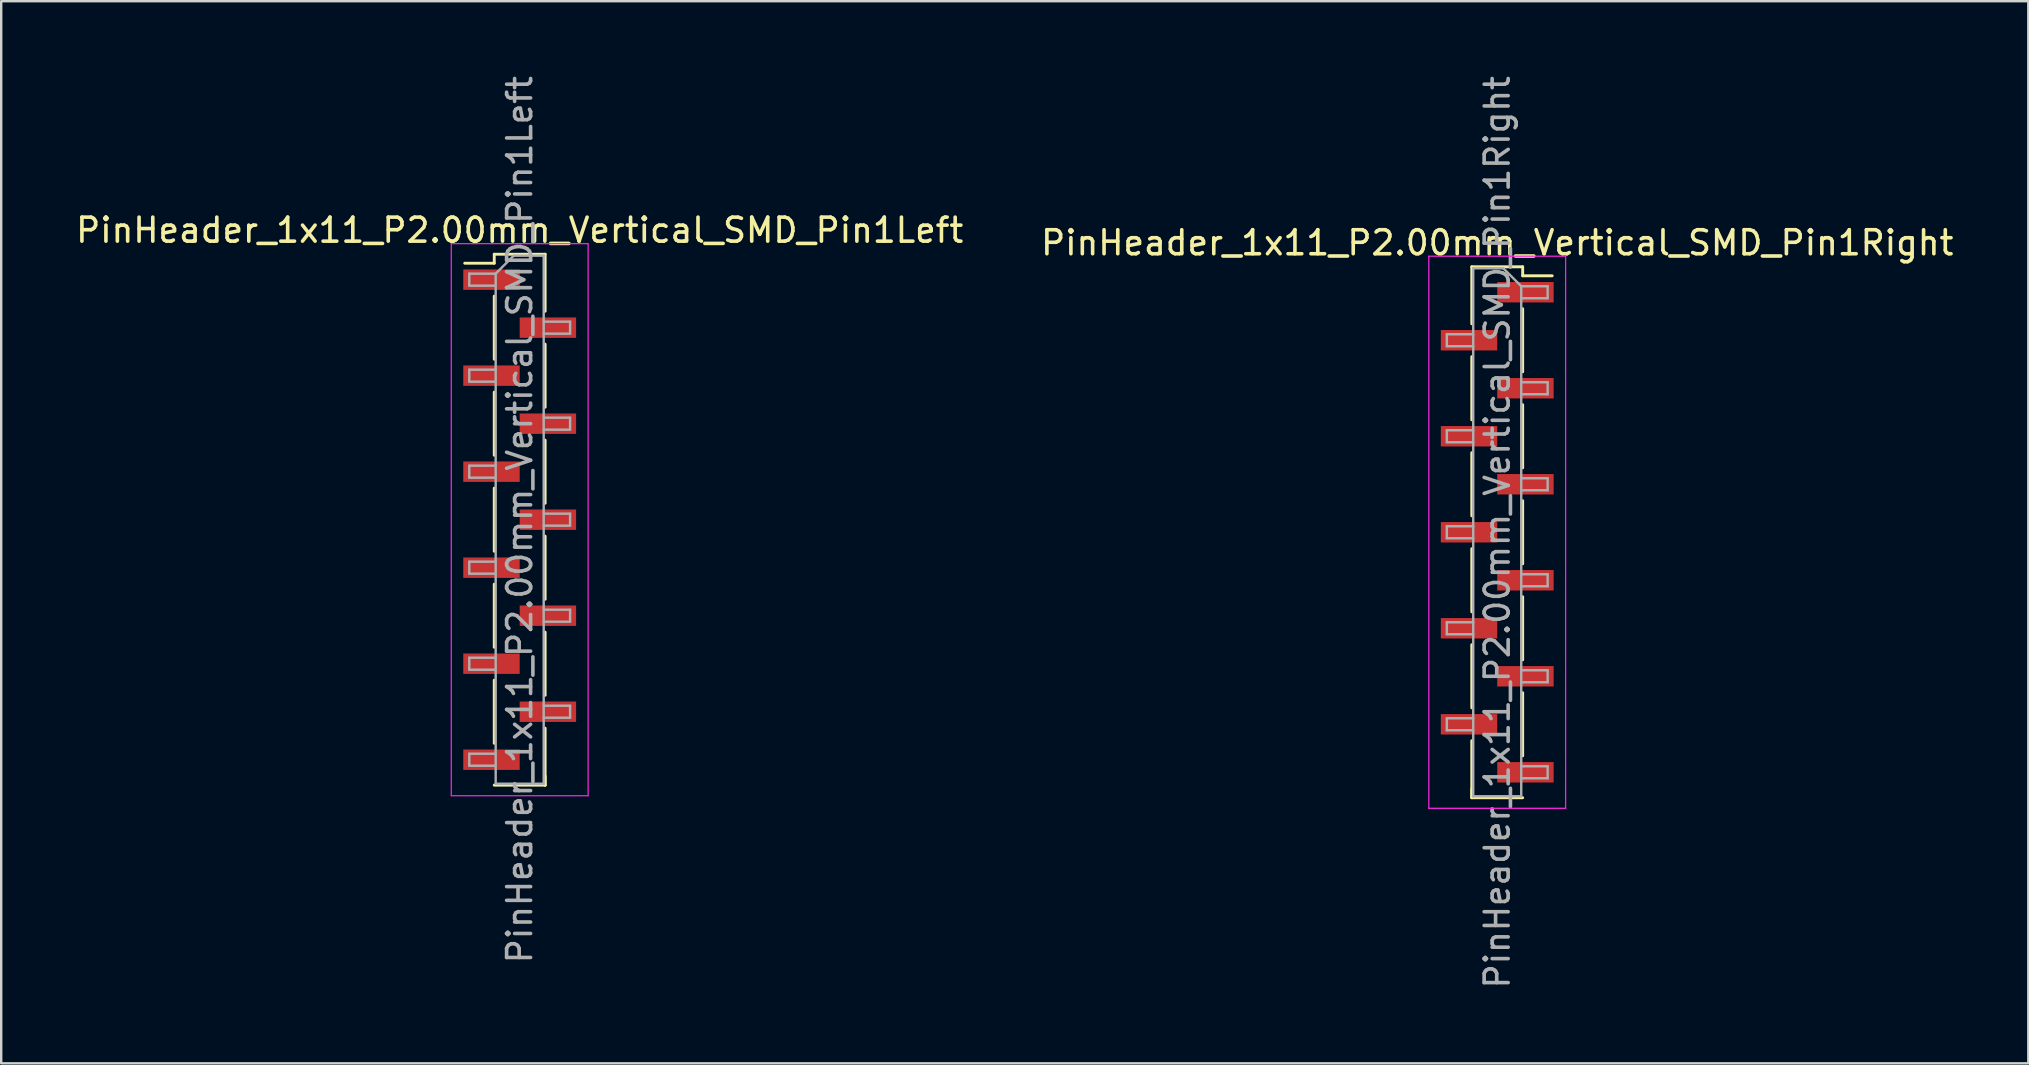
<source format=kicad_pcb>
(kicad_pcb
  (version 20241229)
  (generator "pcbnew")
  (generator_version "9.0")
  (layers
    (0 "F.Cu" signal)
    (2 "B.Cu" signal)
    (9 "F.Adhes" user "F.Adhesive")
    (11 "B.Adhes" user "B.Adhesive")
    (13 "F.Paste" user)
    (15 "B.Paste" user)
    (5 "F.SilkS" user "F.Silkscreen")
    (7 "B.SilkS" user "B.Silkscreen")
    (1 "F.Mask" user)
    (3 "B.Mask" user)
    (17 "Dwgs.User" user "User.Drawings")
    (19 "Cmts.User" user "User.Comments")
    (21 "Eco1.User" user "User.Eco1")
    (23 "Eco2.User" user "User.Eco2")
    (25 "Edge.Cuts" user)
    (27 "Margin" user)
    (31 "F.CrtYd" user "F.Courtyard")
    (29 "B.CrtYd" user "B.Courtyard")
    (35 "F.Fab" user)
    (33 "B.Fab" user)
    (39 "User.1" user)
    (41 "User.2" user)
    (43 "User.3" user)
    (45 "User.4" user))
  (footprint "PinHeader_1x11_P2.00mm_Vertical_SMD_Pin1Left"
    (layer "F.Cu")
    (at 18.601 18.601)
    (property "Reference" "PinHeader_1x11_P2.00mm_Vertical_SMD_Pin1Left" (at 0 -12.06 0) (layer "F.SilkS") (effects (font (size 1 1) (thickness 0.15))))
    (attr smd)
    (fp_line (start -1.06 -11.06) (end -1.06 -10.685) (stroke (width 0.12) (type solid)) (layer "F.SilkS"))
    (fp_line (start -1.06 -11.06) (end 1.06 -11.06) (stroke (width 0.12) (type solid)) (layer "F.SilkS"))
    (fp_line (start -1.06 -10.685) (end -2.29 -10.685) (stroke (width 0.12) (type solid)) (layer "F.SilkS"))
    (fp_line (start -1.06 -9.315) (end -1.06 -6.685) (stroke (width 0.12) (type solid)) (layer "F.SilkS"))
    (fp_line (start -1.06 -5.315) (end -1.06 -2.685) (stroke (width 0.12) (type solid)) (layer "F.SilkS"))
    (fp_line (start -1.06 -1.315) (end -1.06 1.315) (stroke (width 0.12) (type solid)) (layer "F.SilkS"))
    (fp_line (start -1.06 2.685) (end -1.06 5.315) (stroke (width 0.12) (type solid)) (layer "F.SilkS"))
    (fp_line (start -1.06 6.685) (end -1.06 9.315) (stroke (width 0.12) (type solid)) (layer "F.SilkS"))
    (fp_line (start -1.06 11.06) (end 1.06 11.06) (stroke (width 0.12) (type solid)) (layer "F.SilkS"))
    (fp_line (start 1.06 -11.06) (end 1.06 -8.685) (stroke (width 0.12) (type solid)) (layer "F.SilkS"))
    (fp_line (start 1.06 -7.315) (end 1.06 -4.685) (stroke (width 0.12) (type solid)) (layer "F.SilkS"))
    (fp_line (start 1.06 -3.315) (end 1.06 -0.685) (stroke (width 0.12) (type solid)) (layer "F.SilkS"))
    (fp_line (start 1.06 0.685) (end 1.06 3.315) (stroke (width 0.12) (type solid)) (layer "F.SilkS"))
    (fp_line (start 1.06 4.685) (end 1.06 7.315) (stroke (width 0.12) (type solid)) (layer "F.SilkS"))
    (fp_line (start 1.06 8.685) (end 1.06 11.06) (stroke (width 0.12) (type solid)) (layer "F.SilkS"))
    (fp_line (start 1.06 10.685) (end 1.06 11.06) (stroke (width 0.12) (type solid)) (layer "F.SilkS"))
    (fp_line (start -2.85 -11.5) (end -2.85 11.5) (stroke (width 0.05) (type solid)) (layer "F.CrtYd"))
    (fp_line (start -2.85 11.5) (end 2.85 11.5) (stroke (width 0.05) (type solid)) (layer "F.CrtYd"))
    (fp_line (start 2.85 -11.5) (end -2.85 -11.5) (stroke (width 0.05) (type solid)) (layer "F.CrtYd"))
    (fp_line (start 2.85 11.5) (end 2.85 -11.5) (stroke (width 0.05) (type solid)) (layer "F.CrtYd"))
    (fp_line (start -2.1 -10.25) (end -2.1 -9.75) (stroke (width 0.1) (type solid)) (layer "F.Fab"))
    (fp_line (start -2.1 -9.75) (end -1 -9.75) (stroke (width 0.1) (type solid)) (layer "F.Fab"))
    (fp_line (start -2.1 -6.25) (end -2.1 -5.75) (stroke (width 0.1) (type solid)) (layer "F.Fab"))
    (fp_line (start -2.1 -5.75) (end -1 -5.75) (stroke (width 0.1) (type solid)) (layer "F.Fab"))
    (fp_line (start -2.1 -2.25) (end -2.1 -1.75) (stroke (width 0.1) (type solid)) (layer "F.Fab"))
    (fp_line (start -2.1 -1.75) (end -1 -1.75) (stroke (width 0.1) (type solid)) (layer "F.Fab"))
    (fp_line (start -2.1 1.75) (end -2.1 2.25) (stroke (width 0.1) (type solid)) (layer "F.Fab"))
    (fp_line (start -2.1 2.25) (end -1 2.25) (stroke (width 0.1) (type solid)) (layer "F.Fab"))
    (fp_line (start -2.1 5.75) (end -2.1 6.25) (stroke (width 0.1) (type solid)) (layer "F.Fab"))
    (fp_line (start -2.1 6.25) (end -1 6.25) (stroke (width 0.1) (type solid)) (layer "F.Fab"))
    (fp_line (start -2.1 9.75) (end -2.1 10.25) (stroke (width 0.1) (type solid)) (layer "F.Fab"))
    (fp_line (start -2.1 10.25) (end -1 10.25) (stroke (width 0.1) (type solid)) (layer "F.Fab"))
    (fp_line (start -1 -10.25) (end -2.1 -10.25) (stroke (width 0.1) (type solid)) (layer "F.Fab"))
    (fp_line (start -1 -10.25) (end -0.25 -11) (stroke (width 0.1) (type solid)) (layer "F.Fab"))
    (fp_line (start -1 -6.25) (end -2.1 -6.25) (stroke (width 0.1) (type solid)) (layer "F.Fab"))
    (fp_line (start -1 -2.25) (end -2.1 -2.25) (stroke (width 0.1) (type solid)) (layer "F.Fab"))
    (fp_line (start -1 1.75) (end -2.1 1.75) (stroke (width 0.1) (type solid)) (layer "F.Fab"))
    (fp_line (start -1 5.75) (end -2.1 5.75) (stroke (width 0.1) (type solid)) (layer "F.Fab"))
    (fp_line (start -1 9.75) (end -2.1 9.75) (stroke (width 0.1) (type solid)) (layer "F.Fab"))
    (fp_line (start -1 11) (end -1 -10.25) (stroke (width 0.1) (type solid)) (layer "F.Fab"))
    (fp_line (start -0.25 -11) (end 1 -11) (stroke (width 0.1) (type solid)) (layer "F.Fab"))
    (fp_line (start 1 -11) (end 1 11) (stroke (width 0.1) (type solid)) (layer "F.Fab"))
    (fp_line (start 1 -8.25) (end 2.1 -8.25) (stroke (width 0.1) (type solid)) (layer "F.Fab"))
    (fp_line (start 1 -4.25) (end 2.1 -4.25) (stroke (width 0.1) (type solid)) (layer "F.Fab"))
    (fp_line (start 1 -0.25) (end 2.1 -0.25) (stroke (width 0.1) (type solid)) (layer "F.Fab"))
    (fp_line (start 1 3.75) (end 2.1 3.75) (stroke (width 0.1) (type solid)) (layer "F.Fab"))
    (fp_line (start 1 7.75) (end 2.1 7.75) (stroke (width 0.1) (type solid)) (layer "F.Fab"))
    (fp_line (start 1 11) (end -1 11) (stroke (width 0.1) (type solid)) (layer "F.Fab"))
    (fp_line (start 2.1 -8.25) (end 2.1 -7.75) (stroke (width 0.1) (type solid)) (layer "F.Fab"))
    (fp_line (start 2.1 -7.75) (end 1 -7.75) (stroke (width 0.1) (type solid)) (layer "F.Fab"))
    (fp_line (start 2.1 -4.25) (end 2.1 -3.75) (stroke (width 0.1) (type solid)) (layer "F.Fab"))
    (fp_line (start 2.1 -3.75) (end 1 -3.75) (stroke (width 0.1) (type solid)) (layer "F.Fab"))
    (fp_line (start 2.1 -0.25) (end 2.1 0.25) (stroke (width 0.1) (type solid)) (layer "F.Fab"))
    (fp_line (start 2.1 0.25) (end 1 0.25) (stroke (width 0.1) (type solid)) (layer "F.Fab"))
    (fp_line (start 2.1 3.75) (end 2.1 4.25) (stroke (width 0.1) (type solid)) (layer "F.Fab"))
    (fp_line (start 2.1 4.25) (end 1 4.25) (stroke (width 0.1) (type solid)) (layer "F.Fab"))
    (fp_line (start 2.1 7.75) (end 2.1 8.25) (stroke (width 0.1) (type solid)) (layer "F.Fab"))
    (fp_line (start 2.1 8.25) (end 1 8.25) (stroke (width 0.1) (type solid)) (layer "F.Fab"))
    (fp_text user "${REFERENCE}" (at 0 0 90) (layer "F.Fab") (effects (font (size 1 1) (thickness 0.15))))
    (pad "1" smd rect (at -1.175 -10) (size 2.35 0.85) (layers "F.Cu" "F.Mask" "F.Paste"))
    (pad "2" smd rect (at 1.175 -8) (size 2.35 0.85) (layers "F.Cu" "F.Mask" "F.Paste"))
    (pad "3" smd rect (at -1.175 -6) (size 2.35 0.85) (layers "F.Cu" "F.Mask" "F.Paste"))
    (pad "4" smd rect (at 1.175 -4) (size 2.35 0.85) (layers "F.Cu" "F.Mask" "F.Paste"))
    (pad "5" smd rect (at -1.175 -2) (size 2.35 0.85) (layers "F.Cu" "F.Mask" "F.Paste"))
    (pad "6" smd rect (at 1.175 0) (size 2.35 0.85) (layers "F.Cu" "F.Mask" "F.Paste"))
    (pad "7" smd rect (at -1.175 2) (size 2.35 0.85) (layers "F.Cu" "F.Mask" "F.Paste"))
    (pad "8" smd rect (at 1.175 4) (size 2.35 0.85) (layers "F.Cu" "F.Mask" "F.Paste"))
    (pad "9" smd rect (at -1.175 6) (size 2.35 0.85) (layers "F.Cu" "F.Mask" "F.Paste"))
    (pad "10" smd rect (at 1.175 8) (size 2.35 0.85) (layers "F.Cu" "F.Mask" "F.Paste"))
    (pad "11" smd rect (at -1.175 10) (size 2.35 0.85) (layers "F.Cu" "F.Mask" "F.Paste")))
  (footprint "PinHeader_1x11_P2.00mm_Vertical_SMD_Pin1Right"
    (layer "F.Cu")
    (at 59.327 19.125)
    (property "Reference" "PinHeader_1x11_P2.00mm_Vertical_SMD_Pin1Right" (at 0 -12.06 0) (layer "F.SilkS") (effects (font (size 1 1) (thickness 0.15))))
    (attr smd)
    (fp_line (start -1.06 -11.06) (end -1.06 -8.685) (stroke (width 0.12) (type solid)) (layer "F.SilkS"))
    (fp_line (start -1.06 -11.06) (end 1.06 -11.06) (stroke (width 0.12) (type solid)) (layer "F.SilkS"))
    (fp_line (start -1.06 -7.315) (end -1.06 -4.685) (stroke (width 0.12) (type solid)) (layer "F.SilkS"))
    (fp_line (start -1.06 -3.315) (end -1.06 -0.685) (stroke (width 0.12) (type solid)) (layer "F.SilkS"))
    (fp_line (start -1.06 0.685) (end -1.06 3.315) (stroke (width 0.12) (type solid)) (layer "F.SilkS"))
    (fp_line (start -1.06 4.685) (end -1.06 7.315) (stroke (width 0.12) (type solid)) (layer "F.SilkS"))
    (fp_line (start -1.06 8.685) (end -1.06 11.06) (stroke (width 0.12) (type solid)) (layer "F.SilkS"))
    (fp_line (start -1.06 10.685) (end -1.06 11.06) (stroke (width 0.12) (type solid)) (layer "F.SilkS"))
    (fp_line (start -1.06 11.06) (end 1.06 11.06) (stroke (width 0.12) (type solid)) (layer "F.SilkS"))
    (fp_line (start 1.06 -11.06) (end 1.06 -10.685) (stroke (width 0.12) (type solid)) (layer "F.SilkS"))
    (fp_line (start 1.06 -10.685) (end 2.29 -10.685) (stroke (width 0.12) (type solid)) (layer "F.SilkS"))
    (fp_line (start 1.06 -9.315) (end 1.06 -6.685) (stroke (width 0.12) (type solid)) (layer "F.SilkS"))
    (fp_line (start 1.06 -5.315) (end 1.06 -2.685) (stroke (width 0.12) (type solid)) (layer "F.SilkS"))
    (fp_line (start 1.06 -1.315) (end 1.06 1.315) (stroke (width 0.12) (type solid)) (layer "F.SilkS"))
    (fp_line (start 1.06 2.685) (end 1.06 5.315) (stroke (width 0.12) (type solid)) (layer "F.SilkS"))
    (fp_line (start 1.06 6.685) (end 1.06 9.315) (stroke (width 0.12) (type solid)) (layer "F.SilkS"))
    (fp_line (start -2.85 -11.5) (end -2.85 11.5) (stroke (width 0.05) (type solid)) (layer "F.CrtYd"))
    (fp_line (start -2.85 11.5) (end 2.85 11.5) (stroke (width 0.05) (type solid)) (layer "F.CrtYd"))
    (fp_line (start 2.85 -11.5) (end -2.85 -11.5) (stroke (width 0.05) (type solid)) (layer "F.CrtYd"))
    (fp_line (start 2.85 11.5) (end 2.85 -11.5) (stroke (width 0.05) (type solid)) (layer "F.CrtYd"))
    (fp_line (start -2.1 -8.25) (end -2.1 -7.75) (stroke (width 0.1) (type solid)) (layer "F.Fab"))
    (fp_line (start -2.1 -7.75) (end -1 -7.75) (stroke (width 0.1) (type solid)) (layer "F.Fab"))
    (fp_line (start -2.1 -4.25) (end -2.1 -3.75) (stroke (width 0.1) (type solid)) (layer "F.Fab"))
    (fp_line (start -2.1 -3.75) (end -1 -3.75) (stroke (width 0.1) (type solid)) (layer "F.Fab"))
    (fp_line (start -2.1 -0.25) (end -2.1 0.25) (stroke (width 0.1) (type solid)) (layer "F.Fab"))
    (fp_line (start -2.1 0.25) (end -1 0.25) (stroke (width 0.1) (type solid)) (layer "F.Fab"))
    (fp_line (start -2.1 3.75) (end -2.1 4.25) (stroke (width 0.1) (type solid)) (layer "F.Fab"))
    (fp_line (start -2.1 4.25) (end -1 4.25) (stroke (width 0.1) (type solid)) (layer "F.Fab"))
    (fp_line (start -2.1 7.75) (end -2.1 8.25) (stroke (width 0.1) (type solid)) (layer "F.Fab"))
    (fp_line (start -2.1 8.25) (end -1 8.25) (stroke (width 0.1) (type solid)) (layer "F.Fab"))
    (fp_line (start -1 -11) (end -1 11) (stroke (width 0.1) (type solid)) (layer "F.Fab"))
    (fp_line (start -1 -11) (end 0.25 -11) (stroke (width 0.1) (type solid)) (layer "F.Fab"))
    (fp_line (start -1 -8.25) (end -2.1 -8.25) (stroke (width 0.1) (type solid)) (layer "F.Fab"))
    (fp_line (start -1 -4.25) (end -2.1 -4.25) (stroke (width 0.1) (type solid)) (layer "F.Fab"))
    (fp_line (start -1 -0.25) (end -2.1 -0.25) (stroke (width 0.1) (type solid)) (layer "F.Fab"))
    (fp_line (start -1 3.75) (end -2.1 3.75) (stroke (width 0.1) (type solid)) (layer "F.Fab"))
    (fp_line (start -1 7.75) (end -2.1 7.75) (stroke (width 0.1) (type solid)) (layer "F.Fab"))
    (fp_line (start 1 -10.25) (end 0.25 -11) (stroke (width 0.1) (type solid)) (layer "F.Fab"))
    (fp_line (start 1 -10.25) (end 2.1 -10.25) (stroke (width 0.1) (type solid)) (layer "F.Fab"))
    (fp_line (start 1 -6.25) (end 2.1 -6.25) (stroke (width 0.1) (type solid)) (layer "F.Fab"))
    (fp_line (start 1 -2.25) (end 2.1 -2.25) (stroke (width 0.1) (type solid)) (layer "F.Fab"))
    (fp_line (start 1 1.75) (end 2.1 1.75) (stroke (width 0.1) (type solid)) (layer "F.Fab"))
    (fp_line (start 1 5.75) (end 2.1 5.75) (stroke (width 0.1) (type solid)) (layer "F.Fab"))
    (fp_line (start 1 9.75) (end 2.1 9.75) (stroke (width 0.1) (type solid)) (layer "F.Fab"))
    (fp_line (start 1 11) (end -1 11) (stroke (width 0.1) (type solid)) (layer "F.Fab"))
    (fp_line (start 1 11) (end 1 -10.25) (stroke (width 0.1) (type solid)) (layer "F.Fab"))
    (fp_line (start 2.1 -10.25) (end 2.1 -9.75) (stroke (width 0.1) (type solid)) (layer "F.Fab"))
    (fp_line (start 2.1 -9.75) (end 1 -9.75) (stroke (width 0.1) (type solid)) (layer "F.Fab"))
    (fp_line (start 2.1 -6.25) (end 2.1 -5.75) (stroke (width 0.1) (type solid)) (layer "F.Fab"))
    (fp_line (start 2.1 -5.75) (end 1 -5.75) (stroke (width 0.1) (type solid)) (layer "F.Fab"))
    (fp_line (start 2.1 -2.25) (end 2.1 -1.75) (stroke (width 0.1) (type solid)) (layer "F.Fab"))
    (fp_line (start 2.1 -1.75) (end 1 -1.75) (stroke (width 0.1) (type solid)) (layer "F.Fab"))
    (fp_line (start 2.1 1.75) (end 2.1 2.25) (stroke (width 0.1) (type solid)) (layer "F.Fab"))
    (fp_line (start 2.1 2.25) (end 1 2.25) (stroke (width 0.1) (type solid)) (layer "F.Fab"))
    (fp_line (start 2.1 5.75) (end 2.1 6.25) (stroke (width 0.1) (type solid)) (layer "F.Fab"))
    (fp_line (start 2.1 6.25) (end 1 6.25) (stroke (width 0.1) (type solid)) (layer "F.Fab"))
    (fp_line (start 2.1 9.75) (end 2.1 10.25) (stroke (width 0.1) (type solid)) (layer "F.Fab"))
    (fp_line (start 2.1 10.25) (end 1 10.25) (stroke (width 0.1) (type solid)) (layer "F.Fab"))
    (fp_text user "${REFERENCE}" (at 0 0 90) (layer "F.Fab") (effects (font (size 1 1) (thickness 0.15))))
    (pad "1" smd rect (at 1.175 -10) (size 2.35 0.85) (layers "F.Cu" "F.Mask" "F.Paste"))
    (pad "2" smd rect (at -1.175 -8) (size 2.35 0.85) (layers "F.Cu" "F.Mask" "F.Paste"))
    (pad "3" smd rect (at 1.175 -6) (size 2.35 0.85) (layers "F.Cu" "F.Mask" "F.Paste"))
    (pad "4" smd rect (at -1.175 -4) (size 2.35 0.85) (layers "F.Cu" "F.Mask" "F.Paste"))
    (pad "5" smd rect (at 1.175 -2) (size 2.35 0.85) (layers "F.Cu" "F.Mask" "F.Paste"))
    (pad "6" smd rect (at -1.175 0) (size 2.35 0.85) (layers "F.Cu" "F.Mask" "F.Paste"))
    (pad "7" smd rect (at 1.175 2) (size 2.35 0.85) (layers "F.Cu" "F.Mask" "F.Paste"))
    (pad "8" smd rect (at -1.175 4) (size 2.35 0.85) (layers "F.Cu" "F.Mask" "F.Paste"))
    (pad "9" smd rect (at 1.175 6) (size 2.35 0.85) (layers "F.Cu" "F.Mask" "F.Paste"))
    (pad "10" smd rect (at -1.175 8) (size 2.35 0.85) (layers "F.Cu" "F.Mask" "F.Paste"))
    (pad "11" smd rect (at 1.175 10) (size 2.35 0.85) (layers "F.Cu" "F.Mask" "F.Paste")))
  (gr_rect
    (start -3 -3)
    (end 81.452 41.25)
    (stroke (width 0.1) (type default))
    (fill no)
    (layer "Edge.Cuts")))
</source>
